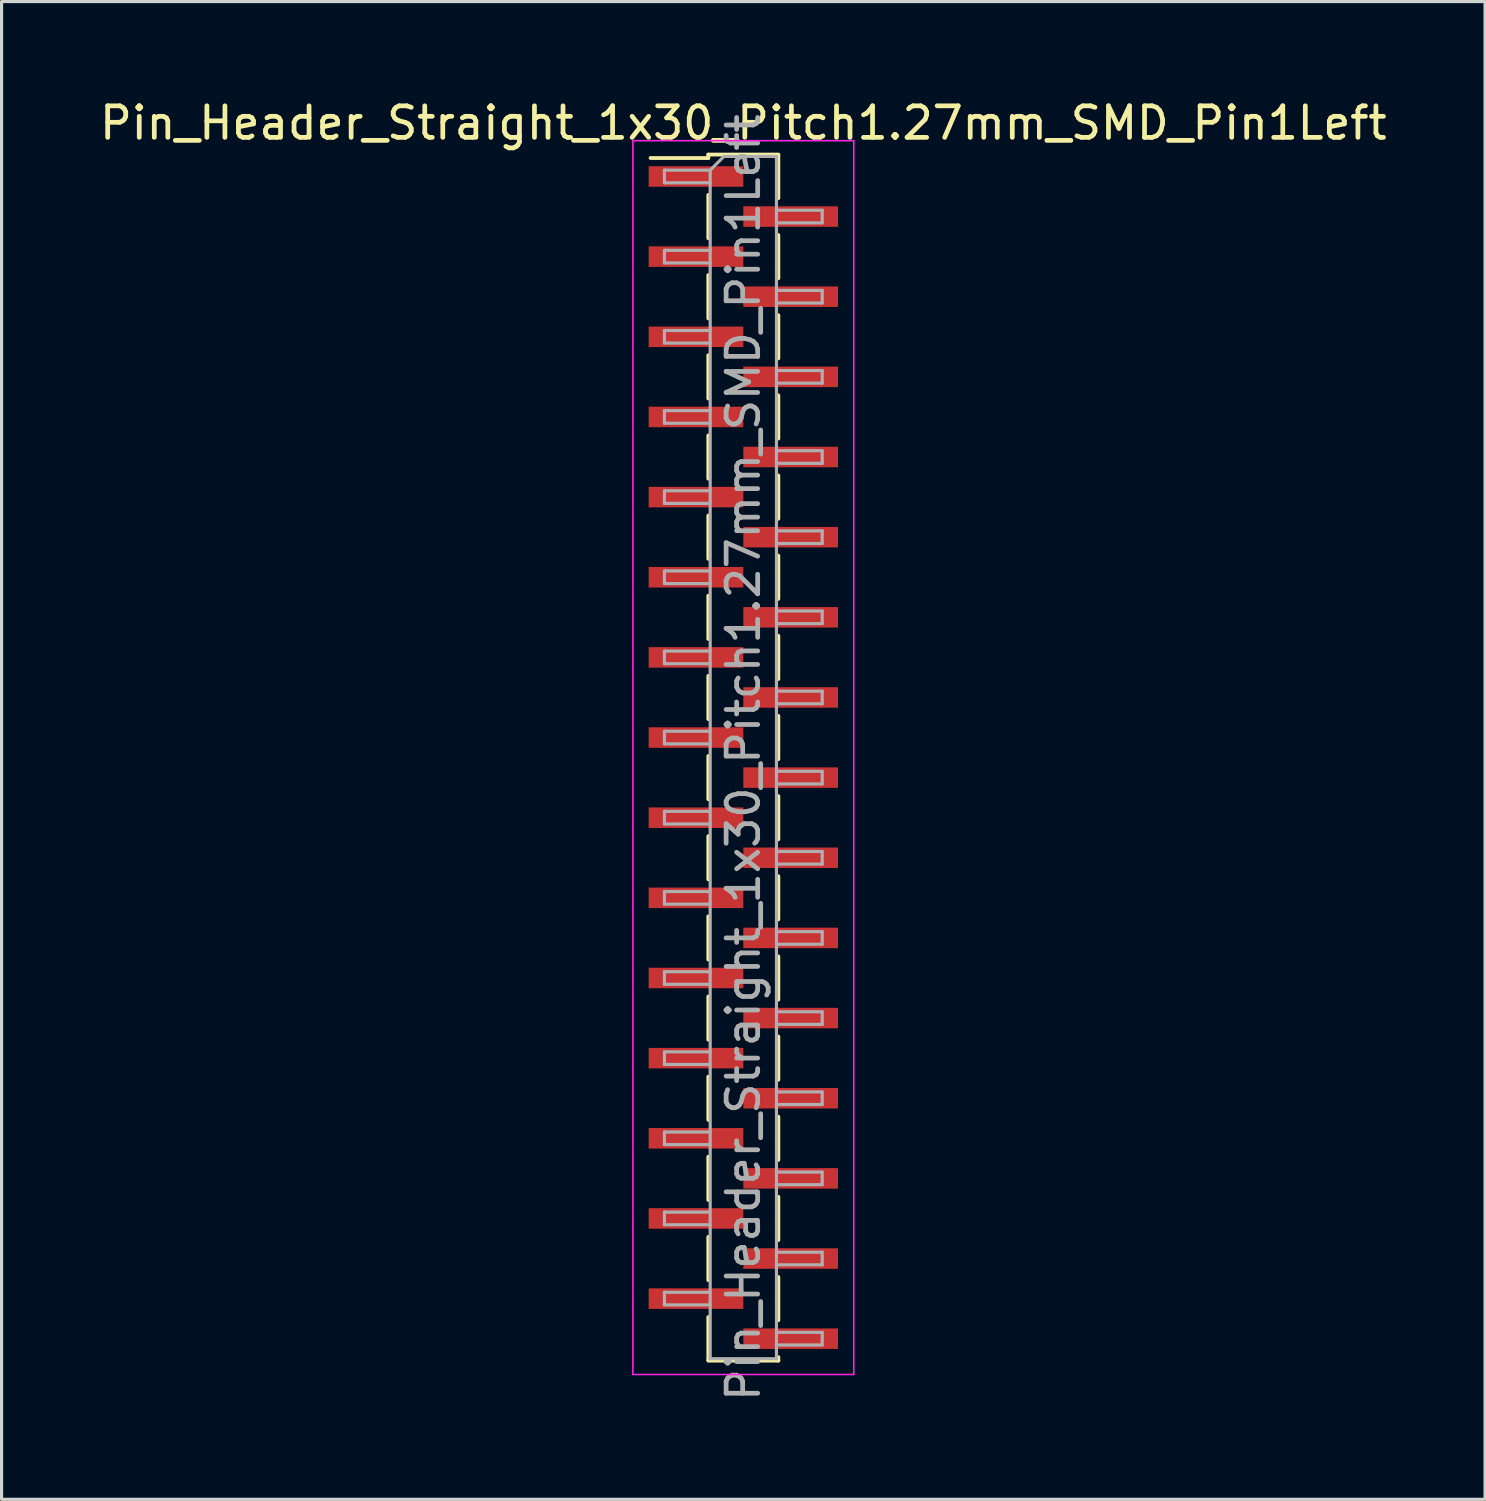
<source format=kicad_pcb>
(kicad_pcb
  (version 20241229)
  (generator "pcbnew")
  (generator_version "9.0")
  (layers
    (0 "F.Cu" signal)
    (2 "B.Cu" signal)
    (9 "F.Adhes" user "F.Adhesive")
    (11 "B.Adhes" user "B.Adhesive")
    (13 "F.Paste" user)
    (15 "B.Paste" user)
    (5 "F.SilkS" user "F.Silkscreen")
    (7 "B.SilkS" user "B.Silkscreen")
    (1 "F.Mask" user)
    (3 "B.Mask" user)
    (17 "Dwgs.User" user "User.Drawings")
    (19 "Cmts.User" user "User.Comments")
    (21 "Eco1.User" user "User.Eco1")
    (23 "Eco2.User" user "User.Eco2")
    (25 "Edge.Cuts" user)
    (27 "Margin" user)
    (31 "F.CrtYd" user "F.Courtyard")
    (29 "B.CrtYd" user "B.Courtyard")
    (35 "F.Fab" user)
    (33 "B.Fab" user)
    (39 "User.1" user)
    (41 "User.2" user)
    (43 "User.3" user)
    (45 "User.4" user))
  (footprint "Pin_Header_Straight_1x30_Pitch1.27mm_SMD_Pin1Left"
    (layer "F.Cu")
    (at 20.506 20.958)
    (property "Reference" "Pin_Header_Straight_1x30_Pitch1.27mm_SMD_Pin1Left" (at 0 -20.11 0) (layer "F.SilkS") (effects (font (size 1 1) (thickness 0.15))))
    (attr smd)
    (fp_line (start -1.11 -19.11) (end -1.11 -19) (stroke (width 0.12) (type solid)) (layer "F.SilkS"))
    (fp_line (start -1.11 -19.11) (end 1.11 -19.11) (stroke (width 0.12) (type solid)) (layer "F.SilkS"))
    (fp_line (start -1.11 -19) (end -2.94 -19) (stroke (width 0.12) (type solid)) (layer "F.SilkS"))
    (fp_line (start -1.11 -17.83) (end -1.11 -16.46) (stroke (width 0.12) (type solid)) (layer "F.SilkS"))
    (fp_line (start -1.11 -15.29) (end -1.11 -13.92) (stroke (width 0.12) (type solid)) (layer "F.SilkS"))
    (fp_line (start -1.11 -12.75) (end -1.11 -11.38) (stroke (width 0.12) (type solid)) (layer "F.SilkS"))
    (fp_line (start -1.11 -10.21) (end -1.11 -8.84) (stroke (width 0.12) (type solid)) (layer "F.SilkS"))
    (fp_line (start -1.11 -7.67) (end -1.11 -6.3) (stroke (width 0.12) (type solid)) (layer "F.SilkS"))
    (fp_line (start -1.11 -5.13) (end -1.11 -3.76) (stroke (width 0.12) (type solid)) (layer "F.SilkS"))
    (fp_line (start -1.11 -2.59) (end -1.11 -1.22) (stroke (width 0.12) (type solid)) (layer "F.SilkS"))
    (fp_line (start -1.11 -0.05) (end -1.11 1.32) (stroke (width 0.12) (type solid)) (layer "F.SilkS"))
    (fp_line (start -1.11 2.49) (end -1.11 3.86) (stroke (width 0.12) (type solid)) (layer "F.SilkS"))
    (fp_line (start -1.11 5.03) (end -1.11 6.4) (stroke (width 0.12) (type solid)) (layer "F.SilkS"))
    (fp_line (start -1.11 7.57) (end -1.11 8.94) (stroke (width 0.12) (type solid)) (layer "F.SilkS"))
    (fp_line (start -1.11 10.11) (end -1.11 11.48) (stroke (width 0.12) (type solid)) (layer "F.SilkS"))
    (fp_line (start -1.11 12.65) (end -1.11 14.02) (stroke (width 0.12) (type solid)) (layer "F.SilkS"))
    (fp_line (start -1.11 15.19) (end -1.11 16.56) (stroke (width 0.12) (type solid)) (layer "F.SilkS"))
    (fp_line (start -1.11 17.73) (end -1.11 19.1) (stroke (width 0.12) (type solid)) (layer "F.SilkS"))
    (fp_line (start -1.11 19.11) (end 1.11 19.11) (stroke (width 0.12) (type solid)) (layer "F.SilkS"))
    (fp_line (start 1.11 -19.1) (end 1.11 -17.73) (stroke (width 0.12) (type solid)) (layer "F.SilkS"))
    (fp_line (start 1.11 -16.56) (end 1.11 -15.19) (stroke (width 0.12) (type solid)) (layer "F.SilkS"))
    (fp_line (start 1.11 -14.02) (end 1.11 -12.65) (stroke (width 0.12) (type solid)) (layer "F.SilkS"))
    (fp_line (start 1.11 -11.48) (end 1.11 -10.11) (stroke (width 0.12) (type solid)) (layer "F.SilkS"))
    (fp_line (start 1.11 -8.94) (end 1.11 -7.57) (stroke (width 0.12) (type solid)) (layer "F.SilkS"))
    (fp_line (start 1.11 -6.4) (end 1.11 -5.03) (stroke (width 0.12) (type solid)) (layer "F.SilkS"))
    (fp_line (start 1.11 -3.86) (end 1.11 -2.49) (stroke (width 0.12) (type solid)) (layer "F.SilkS"))
    (fp_line (start 1.11 -1.32) (end 1.11 0.05) (stroke (width 0.12) (type solid)) (layer "F.SilkS"))
    (fp_line (start 1.11 1.22) (end 1.11 2.59) (stroke (width 0.12) (type solid)) (layer "F.SilkS"))
    (fp_line (start 1.11 3.76) (end 1.11 5.13) (stroke (width 0.12) (type solid)) (layer "F.SilkS"))
    (fp_line (start 1.11 6.3) (end 1.11 7.67) (stroke (width 0.12) (type solid)) (layer "F.SilkS"))
    (fp_line (start 1.11 8.84) (end 1.11 10.21) (stroke (width 0.12) (type solid)) (layer "F.SilkS"))
    (fp_line (start 1.11 11.38) (end 1.11 12.75) (stroke (width 0.12) (type solid)) (layer "F.SilkS"))
    (fp_line (start 1.11 13.92) (end 1.11 15.29) (stroke (width 0.12) (type solid)) (layer "F.SilkS"))
    (fp_line (start 1.11 16.46) (end 1.11 17.83) (stroke (width 0.12) (type solid)) (layer "F.SilkS"))
    (fp_line (start 1.11 19) (end 1.11 19.11) (stroke (width 0.12) (type solid)) (layer "F.SilkS"))
    (fp_line (start -3.5 -19.55) (end -3.5 19.55) (stroke (width 0.05) (type solid)) (layer "F.CrtYd"))
    (fp_line (start -3.5 19.55) (end 3.5 19.55) (stroke (width 0.05) (type solid)) (layer "F.CrtYd"))
    (fp_line (start 3.5 -19.55) (end -3.5 -19.55) (stroke (width 0.05) (type solid)) (layer "F.CrtYd"))
    (fp_line (start 3.5 19.55) (end 3.5 -19.55) (stroke (width 0.05) (type solid)) (layer "F.CrtYd"))
    (fp_line (start -2.5 -18.615) (end -2.5 -18.215) (stroke (width 0.1) (type solid)) (layer "F.Fab"))
    (fp_line (start -2.5 -18.215) (end -1.05 -18.215) (stroke (width 0.1) (type solid)) (layer "F.Fab"))
    (fp_line (start -2.5 -16.075) (end -2.5 -15.675) (stroke (width 0.1) (type solid)) (layer "F.Fab"))
    (fp_line (start -2.5 -15.675) (end -1.05 -15.675) (stroke (width 0.1) (type solid)) (layer "F.Fab"))
    (fp_line (start -2.5 -13.535) (end -2.5 -13.135) (stroke (width 0.1) (type solid)) (layer "F.Fab"))
    (fp_line (start -2.5 -13.135) (end -1.05 -13.135) (stroke (width 0.1) (type solid)) (layer "F.Fab"))
    (fp_line (start -2.5 -10.995) (end -2.5 -10.595) (stroke (width 0.1) (type solid)) (layer "F.Fab"))
    (fp_line (start -2.5 -10.595) (end -1.05 -10.595) (stroke (width 0.1) (type solid)) (layer "F.Fab"))
    (fp_line (start -2.5 -8.455) (end -2.5 -8.055) (stroke (width 0.1) (type solid)) (layer "F.Fab"))
    (fp_line (start -2.5 -8.055) (end -1.05 -8.055) (stroke (width 0.1) (type solid)) (layer "F.Fab"))
    (fp_line (start -2.5 -5.915) (end -2.5 -5.515) (stroke (width 0.1) (type solid)) (layer "F.Fab"))
    (fp_line (start -2.5 -5.515) (end -1.05 -5.515) (stroke (width 0.1) (type solid)) (layer "F.Fab"))
    (fp_line (start -2.5 -3.375) (end -2.5 -2.975) (stroke (width 0.1) (type solid)) (layer "F.Fab"))
    (fp_line (start -2.5 -2.975) (end -1.05 -2.975) (stroke (width 0.1) (type solid)) (layer "F.Fab"))
    (fp_line (start -2.5 -0.835) (end -2.5 -0.435) (stroke (width 0.1) (type solid)) (layer "F.Fab"))
    (fp_line (start -2.5 -0.435) (end -1.05 -0.435) (stroke (width 0.1) (type solid)) (layer "F.Fab"))
    (fp_line (start -2.5 1.705) (end -2.5 2.105) (stroke (width 0.1) (type solid)) (layer "F.Fab"))
    (fp_line (start -2.5 2.105) (end -1.05 2.105) (stroke (width 0.1) (type solid)) (layer "F.Fab"))
    (fp_line (start -2.5 4.245) (end -2.5 4.645) (stroke (width 0.1) (type solid)) (layer "F.Fab"))
    (fp_line (start -2.5 4.645) (end -1.05 4.645) (stroke (width 0.1) (type solid)) (layer "F.Fab"))
    (fp_line (start -2.5 6.785) (end -2.5 7.185) (stroke (width 0.1) (type solid)) (layer "F.Fab"))
    (fp_line (start -2.5 7.185) (end -1.05 7.185) (stroke (width 0.1) (type solid)) (layer "F.Fab"))
    (fp_line (start -2.5 9.325) (end -2.5 9.725) (stroke (width 0.1) (type solid)) (layer "F.Fab"))
    (fp_line (start -2.5 9.725) (end -1.05 9.725) (stroke (width 0.1) (type solid)) (layer "F.Fab"))
    (fp_line (start -2.5 11.865) (end -2.5 12.265) (stroke (width 0.1) (type solid)) (layer "F.Fab"))
    (fp_line (start -2.5 12.265) (end -1.05 12.265) (stroke (width 0.1) (type solid)) (layer "F.Fab"))
    (fp_line (start -2.5 14.405) (end -2.5 14.805) (stroke (width 0.1) (type solid)) (layer "F.Fab"))
    (fp_line (start -2.5 14.805) (end -1.05 14.805) (stroke (width 0.1) (type solid)) (layer "F.Fab"))
    (fp_line (start -2.5 16.945) (end -2.5 17.345) (stroke (width 0.1) (type solid)) (layer "F.Fab"))
    (fp_line (start -2.5 17.345) (end -1.05 17.345) (stroke (width 0.1) (type solid)) (layer "F.Fab"))
    (fp_line (start -1.05 -18.615) (end -2.5 -18.615) (stroke (width 0.1) (type solid)) (layer "F.Fab"))
    (fp_line (start -1.05 -18.615) (end -0.615 -19.05) (stroke (width 0.1) (type solid)) (layer "F.Fab"))
    (fp_line (start -1.05 -16.075) (end -2.5 -16.075) (stroke (width 0.1) (type solid)) (layer "F.Fab"))
    (fp_line (start -1.05 -13.535) (end -2.5 -13.535) (stroke (width 0.1) (type solid)) (layer "F.Fab"))
    (fp_line (start -1.05 -10.995) (end -2.5 -10.995) (stroke (width 0.1) (type solid)) (layer "F.Fab"))
    (fp_line (start -1.05 -8.455) (end -2.5 -8.455) (stroke (width 0.1) (type solid)) (layer "F.Fab"))
    (fp_line (start -1.05 -5.915) (end -2.5 -5.915) (stroke (width 0.1) (type solid)) (layer "F.Fab"))
    (fp_line (start -1.05 -3.375) (end -2.5 -3.375) (stroke (width 0.1) (type solid)) (layer "F.Fab"))
    (fp_line (start -1.05 -0.835) (end -2.5 -0.835) (stroke (width 0.1) (type solid)) (layer "F.Fab"))
    (fp_line (start -1.05 1.705) (end -2.5 1.705) (stroke (width 0.1) (type solid)) (layer "F.Fab"))
    (fp_line (start -1.05 4.245) (end -2.5 4.245) (stroke (width 0.1) (type solid)) (layer "F.Fab"))
    (fp_line (start -1.05 6.785) (end -2.5 6.785) (stroke (width 0.1) (type solid)) (layer "F.Fab"))
    (fp_line (start -1.05 9.325) (end -2.5 9.325) (stroke (width 0.1) (type solid)) (layer "F.Fab"))
    (fp_line (start -1.05 11.865) (end -2.5 11.865) (stroke (width 0.1) (type solid)) (layer "F.Fab"))
    (fp_line (start -1.05 14.405) (end -2.5 14.405) (stroke (width 0.1) (type solid)) (layer "F.Fab"))
    (fp_line (start -1.05 16.945) (end -2.5 16.945) (stroke (width 0.1) (type solid)) (layer "F.Fab"))
    (fp_line (start -1.05 19.05) (end -1.05 -18.615) (stroke (width 0.1) (type solid)) (layer "F.Fab"))
    (fp_line (start -0.615 -19.05) (end 1.05 -19.05) (stroke (width 0.1) (type solid)) (layer "F.Fab"))
    (fp_line (start 1.05 -19.05) (end 1.05 19.05) (stroke (width 0.1) (type solid)) (layer "F.Fab"))
    (fp_line (start 1.05 -17.345) (end 2.5 -17.345) (stroke (width 0.1) (type solid)) (layer "F.Fab"))
    (fp_line (start 1.05 -14.805) (end 2.5 -14.805) (stroke (width 0.1) (type solid)) (layer "F.Fab"))
    (fp_line (start 1.05 -12.265) (end 2.5 -12.265) (stroke (width 0.1) (type solid)) (layer "F.Fab"))
    (fp_line (start 1.05 -9.725) (end 2.5 -9.725) (stroke (width 0.1) (type solid)) (layer "F.Fab"))
    (fp_line (start 1.05 -7.185) (end 2.5 -7.185) (stroke (width 0.1) (type solid)) (layer "F.Fab"))
    (fp_line (start 1.05 -4.645) (end 2.5 -4.645) (stroke (width 0.1) (type solid)) (layer "F.Fab"))
    (fp_line (start 1.05 -2.105) (end 2.5 -2.105) (stroke (width 0.1) (type solid)) (layer "F.Fab"))
    (fp_line (start 1.05 0.435) (end 2.5 0.435) (stroke (width 0.1) (type solid)) (layer "F.Fab"))
    (fp_line (start 1.05 2.975) (end 2.5 2.975) (stroke (width 0.1) (type solid)) (layer "F.Fab"))
    (fp_line (start 1.05 5.515) (end 2.5 5.515) (stroke (width 0.1) (type solid)) (layer "F.Fab"))
    (fp_line (start 1.05 8.055) (end 2.5 8.055) (stroke (width 0.1) (type solid)) (layer "F.Fab"))
    (fp_line (start 1.05 10.595) (end 2.5 10.595) (stroke (width 0.1) (type solid)) (layer "F.Fab"))
    (fp_line (start 1.05 13.135) (end 2.5 13.135) (stroke (width 0.1) (type solid)) (layer "F.Fab"))
    (fp_line (start 1.05 15.675) (end 2.5 15.675) (stroke (width 0.1) (type solid)) (layer "F.Fab"))
    (fp_line (start 1.05 18.215) (end 2.5 18.215) (stroke (width 0.1) (type solid)) (layer "F.Fab"))
    (fp_line (start 1.05 19.05) (end -1.05 19.05) (stroke (width 0.1) (type solid)) (layer "F.Fab"))
    (fp_line (start 2.5 -17.345) (end 2.5 -16.945) (stroke (width 0.1) (type solid)) (layer "F.Fab"))
    (fp_line (start 2.5 -16.945) (end 1.05 -16.945) (stroke (width 0.1) (type solid)) (layer "F.Fab"))
    (fp_line (start 2.5 -14.805) (end 2.5 -14.405) (stroke (width 0.1) (type solid)) (layer "F.Fab"))
    (fp_line (start 2.5 -14.405) (end 1.05 -14.405) (stroke (width 0.1) (type solid)) (layer "F.Fab"))
    (fp_line (start 2.5 -12.265) (end 2.5 -11.865) (stroke (width 0.1) (type solid)) (layer "F.Fab"))
    (fp_line (start 2.5 -11.865) (end 1.05 -11.865) (stroke (width 0.1) (type solid)) (layer "F.Fab"))
    (fp_line (start 2.5 -9.725) (end 2.5 -9.325) (stroke (width 0.1) (type solid)) (layer "F.Fab"))
    (fp_line (start 2.5 -9.325) (end 1.05 -9.325) (stroke (width 0.1) (type solid)) (layer "F.Fab"))
    (fp_line (start 2.5 -7.185) (end 2.5 -6.785) (stroke (width 0.1) (type solid)) (layer "F.Fab"))
    (fp_line (start 2.5 -6.785) (end 1.05 -6.785) (stroke (width 0.1) (type solid)) (layer "F.Fab"))
    (fp_line (start 2.5 -4.645) (end 2.5 -4.245) (stroke (width 0.1) (type solid)) (layer "F.Fab"))
    (fp_line (start 2.5 -4.245) (end 1.05 -4.245) (stroke (width 0.1) (type solid)) (layer "F.Fab"))
    (fp_line (start 2.5 -2.105) (end 2.5 -1.705) (stroke (width 0.1) (type solid)) (layer "F.Fab"))
    (fp_line (start 2.5 -1.705) (end 1.05 -1.705) (stroke (width 0.1) (type solid)) (layer "F.Fab"))
    (fp_line (start 2.5 0.435) (end 2.5 0.835) (stroke (width 0.1) (type solid)) (layer "F.Fab"))
    (fp_line (start 2.5 0.835) (end 1.05 0.835) (stroke (width 0.1) (type solid)) (layer "F.Fab"))
    (fp_line (start 2.5 2.975) (end 2.5 3.375) (stroke (width 0.1) (type solid)) (layer "F.Fab"))
    (fp_line (start 2.5 3.375) (end 1.05 3.375) (stroke (width 0.1) (type solid)) (layer "F.Fab"))
    (fp_line (start 2.5 5.515) (end 2.5 5.915) (stroke (width 0.1) (type solid)) (layer "F.Fab"))
    (fp_line (start 2.5 5.915) (end 1.05 5.915) (stroke (width 0.1) (type solid)) (layer "F.Fab"))
    (fp_line (start 2.5 8.055) (end 2.5 8.455) (stroke (width 0.1) (type solid)) (layer "F.Fab"))
    (fp_line (start 2.5 8.455) (end 1.05 8.455) (stroke (width 0.1) (type solid)) (layer "F.Fab"))
    (fp_line (start 2.5 10.595) (end 2.5 10.995) (stroke (width 0.1) (type solid)) (layer "F.Fab"))
    (fp_line (start 2.5 10.995) (end 1.05 10.995) (stroke (width 0.1) (type solid)) (layer "F.Fab"))
    (fp_line (start 2.5 13.135) (end 2.5 13.535) (stroke (width 0.1) (type solid)) (layer "F.Fab"))
    (fp_line (start 2.5 13.535) (end 1.05 13.535) (stroke (width 0.1) (type solid)) (layer "F.Fab"))
    (fp_line (start 2.5 15.675) (end 2.5 16.075) (stroke (width 0.1) (type solid)) (layer "F.Fab"))
    (fp_line (start 2.5 16.075) (end 1.05 16.075) (stroke (width 0.1) (type solid)) (layer "F.Fab"))
    (fp_line (start 2.5 18.215) (end 2.5 18.615) (stroke (width 0.1) (type solid)) (layer "F.Fab"))
    (fp_line (start 2.5 18.615) (end 1.05 18.615) (stroke (width 0.1) (type solid)) (layer "F.Fab"))
    (fp_text user "${REFERENCE}" (at 0 0 90) (layer "F.Fab") (effects (font (size 1 1) (thickness 0.15))))
    (pad "1" smd rect (at -1.5 -18.415) (size 3 0.65) (layers "F.Cu" "F.Mask" "F.Paste"))
    (pad "2" smd rect (at 1.5 -17.145) (size 3 0.65) (layers "F.Cu" "F.Mask" "F.Paste"))
    (pad "3" smd rect (at -1.5 -15.875) (size 3 0.65) (layers "F.Cu" "F.Mask" "F.Paste"))
    (pad "4" smd rect (at 1.5 -14.605) (size 3 0.65) (layers "F.Cu" "F.Mask" "F.Paste"))
    (pad "5" smd rect (at -1.5 -13.335) (size 3 0.65) (layers "F.Cu" "F.Mask" "F.Paste"))
    (pad "6" smd rect (at 1.5 -12.065) (size 3 0.65) (layers "F.Cu" "F.Mask" "F.Paste"))
    (pad "7" smd rect (at -1.5 -10.795) (size 3 0.65) (layers "F.Cu" "F.Mask" "F.Paste"))
    (pad "8" smd rect (at 1.5 -9.525) (size 3 0.65) (layers "F.Cu" "F.Mask" "F.Paste"))
    (pad "9" smd rect (at -1.5 -8.255) (size 3 0.65) (layers "F.Cu" "F.Mask" "F.Paste"))
    (pad "10" smd rect (at 1.5 -6.985) (size 3 0.65) (layers "F.Cu" "F.Mask" "F.Paste"))
    (pad "11" smd rect (at -1.5 -5.715) (size 3 0.65) (layers "F.Cu" "F.Mask" "F.Paste"))
    (pad "12" smd rect (at 1.5 -4.445) (size 3 0.65) (layers "F.Cu" "F.Mask" "F.Paste"))
    (pad "13" smd rect (at -1.5 -3.175) (size 3 0.65) (layers "F.Cu" "F.Mask" "F.Paste"))
    (pad "14" smd rect (at 1.5 -1.905) (size 3 0.65) (layers "F.Cu" "F.Mask" "F.Paste"))
    (pad "15" smd rect (at -1.5 -0.635) (size 3 0.65) (layers "F.Cu" "F.Mask" "F.Paste"))
    (pad "16" smd rect (at 1.5 0.635) (size 3 0.65) (layers "F.Cu" "F.Mask" "F.Paste"))
    (pad "17" smd rect (at -1.5 1.905) (size 3 0.65) (layers "F.Cu" "F.Mask" "F.Paste"))
    (pad "18" smd rect (at 1.5 3.175) (size 3 0.65) (layers "F.Cu" "F.Mask" "F.Paste"))
    (pad "19" smd rect (at -1.5 4.445) (size 3 0.65) (layers "F.Cu" "F.Mask" "F.Paste"))
    (pad "20" smd rect (at 1.5 5.715) (size 3 0.65) (layers "F.Cu" "F.Mask" "F.Paste"))
    (pad "21" smd rect (at -1.5 6.985) (size 3 0.65) (layers "F.Cu" "F.Mask" "F.Paste"))
    (pad "22" smd rect (at 1.5 8.255) (size 3 0.65) (layers "F.Cu" "F.Mask" "F.Paste"))
    (pad "23" smd rect (at -1.5 9.525) (size 3 0.65) (layers "F.Cu" "F.Mask" "F.Paste"))
    (pad "24" smd rect (at 1.5 10.795) (size 3 0.65) (layers "F.Cu" "F.Mask" "F.Paste"))
    (pad "25" smd rect (at -1.5 12.065) (size 3 0.65) (layers "F.Cu" "F.Mask" "F.Paste"))
    (pad "26" smd rect (at 1.5 13.335) (size 3 0.65) (layers "F.Cu" "F.Mask" "F.Paste"))
    (pad "27" smd rect (at -1.5 14.605) (size 3 0.65) (layers "F.Cu" "F.Mask" "F.Paste"))
    (pad "28" smd rect (at 1.5 15.875) (size 3 0.65) (layers "F.Cu" "F.Mask" "F.Paste"))
    (pad "29" smd rect (at -1.5 17.145) (size 3 0.65) (layers "F.Cu" "F.Mask" "F.Paste"))
    (pad "30" smd rect (at 1.5 18.415) (size 3 0.65) (layers "F.Cu" "F.Mask" "F.Paste")))
  (gr_rect
    (start -3 -3)
    (end 44.012 44.464)
    (stroke (width 0.1) (type default))
    (fill no)
    (layer "Edge.Cuts")))
</source>
